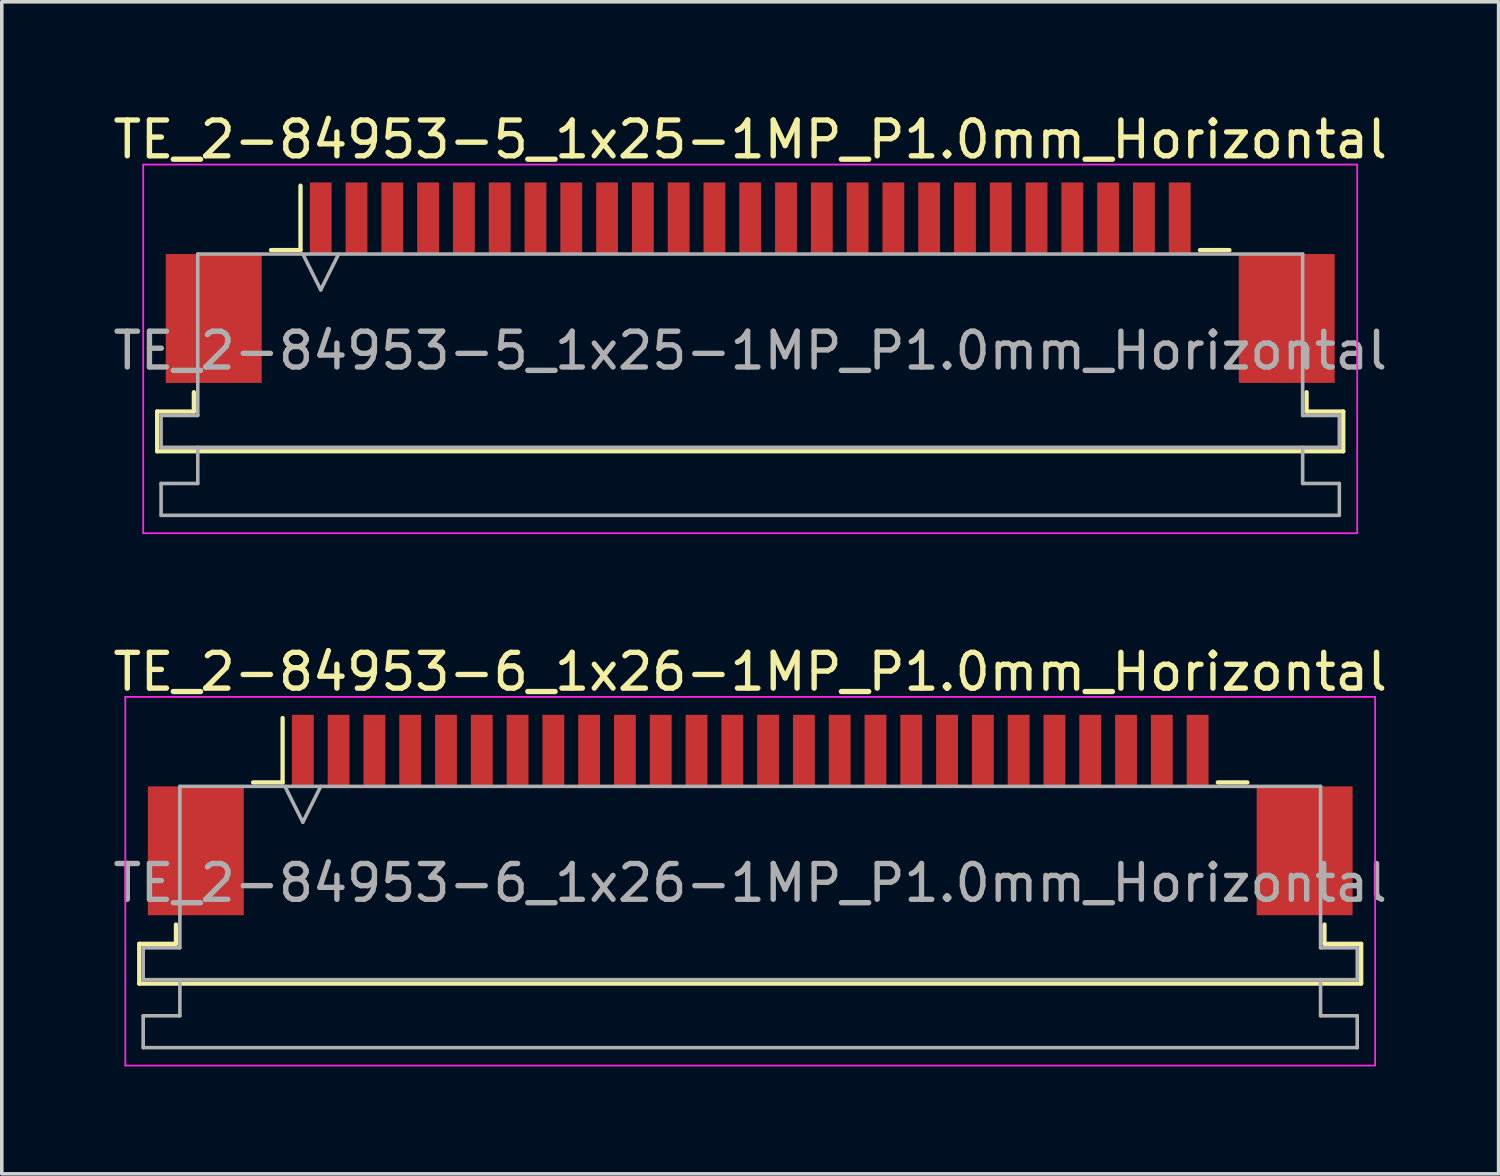
<source format=kicad_pcb>
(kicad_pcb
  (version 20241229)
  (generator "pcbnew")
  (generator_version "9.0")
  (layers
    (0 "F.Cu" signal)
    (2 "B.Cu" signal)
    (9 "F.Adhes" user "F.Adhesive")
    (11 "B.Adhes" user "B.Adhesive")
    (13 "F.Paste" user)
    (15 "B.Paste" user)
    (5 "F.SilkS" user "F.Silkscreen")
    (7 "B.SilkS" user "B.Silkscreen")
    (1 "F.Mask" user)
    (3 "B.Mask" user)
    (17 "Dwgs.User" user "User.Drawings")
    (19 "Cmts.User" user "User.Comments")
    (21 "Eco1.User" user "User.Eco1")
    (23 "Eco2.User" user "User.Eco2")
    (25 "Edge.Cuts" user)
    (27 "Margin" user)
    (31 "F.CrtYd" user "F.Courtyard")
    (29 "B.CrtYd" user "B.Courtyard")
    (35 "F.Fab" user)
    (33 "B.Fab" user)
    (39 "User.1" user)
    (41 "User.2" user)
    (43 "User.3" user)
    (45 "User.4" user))
  (footprint "TE_2-84953-5_1x25-1MP_P1.0mm_Horizontal"
    (layer "F.Cu")
    (at 17.911 4.848)
    (property "Reference" "TE_2-84953-5_1x25-1MP_P1.0mm_Horizontal" (at 0 -4 0) (layer "F.SilkS") (effects (font (size 1 1) (thickness 0.15))))
    (attr smd)
    (fp_line (start -16.57 3.6) (end -15.545 3.6) (stroke (width 0.12) (type solid)) (layer "F.SilkS"))
    (fp_line (start -16.57 4.71) (end -16.57 3.6) (stroke (width 0.12) (type solid)) (layer "F.SilkS"))
    (fp_line (start -15.545 3.6) (end -15.545 3.06) (stroke (width 0.12) (type solid)) (layer "F.SilkS"))
    (fp_line (start -13.39 -0.91) (end -12.565 -0.91) (stroke (width 0.12) (type solid)) (layer "F.SilkS"))
    (fp_line (start -12.565 -0.91) (end -12.565 -2.71) (stroke (width 0.12) (type solid)) (layer "F.SilkS"))
    (fp_line (start 12.565 -0.91) (end 13.39 -0.91) (stroke (width 0.12) (type solid)) (layer "F.SilkS"))
    (fp_line (start 15.545 3.06) (end 15.545 3.6) (stroke (width 0.12) (type solid)) (layer "F.SilkS"))
    (fp_line (start 15.545 3.6) (end 16.57 3.6) (stroke (width 0.12) (type solid)) (layer "F.SilkS"))
    (fp_line (start 16.57 3.6) (end 16.57 4.71) (stroke (width 0.12) (type solid)) (layer "F.SilkS"))
    (fp_line (start 16.57 4.71) (end -16.57 4.71) (stroke (width 0.12) (type solid)) (layer "F.SilkS"))
    (fp_line (start -16.96 -3.3) (end -16.96 7) (stroke (width 0.05) (type solid)) (layer "F.CrtYd"))
    (fp_line (start -16.96 7) (end 16.96 7) (stroke (width 0.05) (type solid)) (layer "F.CrtYd"))
    (fp_line (start 16.96 -3.3) (end -16.96 -3.3) (stroke (width 0.05) (type solid)) (layer "F.CrtYd"))
    (fp_line (start 16.96 7) (end 16.96 -3.3) (stroke (width 0.05) (type solid)) (layer "F.CrtYd"))
    (fp_line (start -16.46 3.71) (end -15.435 3.71) (stroke (width 0.1) (type solid)) (layer "F.Fab"))
    (fp_line (start -16.46 4.6) (end -16.46 3.71) (stroke (width 0.1) (type solid)) (layer "F.Fab"))
    (fp_line (start -16.46 5.61) (end -15.435 5.61) (stroke (width 0.1) (type solid)) (layer "F.Fab"))
    (fp_line (start -16.46 6.5) (end -16.46 5.61) (stroke (width 0.1) (type solid)) (layer "F.Fab"))
    (fp_line (start -15.435 -0.8) (end 15.435 -0.8) (stroke (width 0.1) (type solid)) (layer "F.Fab"))
    (fp_line (start -15.435 3.71) (end -15.435 -0.8) (stroke (width 0.1) (type solid)) (layer "F.Fab"))
    (fp_line (start -15.435 5.61) (end -15.435 4.6) (stroke (width 0.1) (type solid)) (layer "F.Fab"))
    (fp_line (start -12.5 -0.8) (end -12 0.2) (stroke (width 0.1) (type solid)) (layer "F.Fab"))
    (fp_line (start -12 0.2) (end -11.5 -0.8) (stroke (width 0.1) (type solid)) (layer "F.Fab"))
    (fp_line (start 15.435 -0.8) (end 15.435 3.71) (stroke (width 0.1) (type solid)) (layer "F.Fab"))
    (fp_line (start 15.435 3.71) (end 16.46 3.71) (stroke (width 0.1) (type solid)) (layer "F.Fab"))
    (fp_line (start 15.435 4.6) (end 15.435 5.61) (stroke (width 0.1) (type solid)) (layer "F.Fab"))
    (fp_line (start 15.435 5.61) (end 16.46 5.61) (stroke (width 0.1) (type solid)) (layer "F.Fab"))
    (fp_line (start 16.46 3.71) (end 16.46 4.6) (stroke (width 0.1) (type solid)) (layer "F.Fab"))
    (fp_line (start 16.46 4.6) (end -16.46 4.6) (stroke (width 0.1) (type solid)) (layer "F.Fab"))
    (fp_line (start 16.46 5.61) (end 16.46 6.5) (stroke (width 0.1) (type solid)) (layer "F.Fab"))
    (fp_line (start 16.46 6.5) (end -16.46 6.5) (stroke (width 0.1) (type solid)) (layer "F.Fab"))
    (fp_text user "${REFERENCE}" (at 0 1.9 0) (layer "F.Fab") (effects (font (size 1 1) (thickness 0.15))))
    (pad "1" smd rect (at -12 -1.8) (size 0.61 2) (layers "F.Cu" "F.Mask" "F.Paste"))
    (pad "2" smd rect (at -11 -1.8) (size 0.61 2) (layers "F.Cu" "F.Mask" "F.Paste"))
    (pad "3" smd rect (at -10 -1.8) (size 0.61 2) (layers "F.Cu" "F.Mask" "F.Paste"))
    (pad "4" smd rect (at -9 -1.8) (size 0.61 2) (layers "F.Cu" "F.Mask" "F.Paste"))
    (pad "5" smd rect (at -8 -1.8) (size 0.61 2) (layers "F.Cu" "F.Mask" "F.Paste"))
    (pad "6" smd rect (at -7 -1.8) (size 0.61 2) (layers "F.Cu" "F.Mask" "F.Paste"))
    (pad "7" smd rect (at -6 -1.8) (size 0.61 2) (layers "F.Cu" "F.Mask" "F.Paste"))
    (pad "8" smd rect (at -5 -1.8) (size 0.61 2) (layers "F.Cu" "F.Mask" "F.Paste"))
    (pad "9" smd rect (at -4 -1.8) (size 0.61 2) (layers "F.Cu" "F.Mask" "F.Paste"))
    (pad "10" smd rect (at -3 -1.8) (size 0.61 2) (layers "F.Cu" "F.Mask" "F.Paste"))
    (pad "11" smd rect (at -2 -1.8) (size 0.61 2) (layers "F.Cu" "F.Mask" "F.Paste"))
    (pad "12" smd rect (at -1 -1.8) (size 0.61 2) (layers "F.Cu" "F.Mask" "F.Paste"))
    (pad "13" smd rect (at 0 -1.8) (size 0.61 2) (layers "F.Cu" "F.Mask" "F.Paste"))
    (pad "14" smd rect (at 1 -1.8) (size 0.61 2) (layers "F.Cu" "F.Mask" "F.Paste"))
    (pad "15" smd rect (at 2 -1.8) (size 0.61 2) (layers "F.Cu" "F.Mask" "F.Paste"))
    (pad "16" smd rect (at 3 -1.8) (size 0.61 2) (layers "F.Cu" "F.Mask" "F.Paste"))
    (pad "17" smd rect (at 4 -1.8) (size 0.61 2) (layers "F.Cu" "F.Mask" "F.Paste"))
    (pad "18" smd rect (at 5 -1.8) (size 0.61 2) (layers "F.Cu" "F.Mask" "F.Paste"))
    (pad "19" smd rect (at 6 -1.8) (size 0.61 2) (layers "F.Cu" "F.Mask" "F.Paste"))
    (pad "20" smd rect (at 7 -1.8) (size 0.61 2) (layers "F.Cu" "F.Mask" "F.Paste"))
    (pad "21" smd rect (at 8 -1.8) (size 0.61 2) (layers "F.Cu" "F.Mask" "F.Paste"))
    (pad "22" smd rect (at 9 -1.8) (size 0.61 2) (layers "F.Cu" "F.Mask" "F.Paste"))
    (pad "23" smd rect (at 10 -1.8) (size 0.61 2) (layers "F.Cu" "F.Mask" "F.Paste"))
    (pad "24" smd rect (at 11 -1.8) (size 0.61 2) (layers "F.Cu" "F.Mask" "F.Paste"))
    (pad "25" smd rect (at 12 -1.8) (size 0.61 2) (layers "F.Cu" "F.Mask" "F.Paste"))
    (pad "MP" smd rect (at -14.99 1) (size 2.68 3.6) (layers "F.Cu" "F.Mask" "F.Paste"))
    (pad "MP" smd rect (at 14.99 1) (size 2.68 3.6) (layers "F.Cu" "F.Mask" "F.Paste")))
  (footprint "TE_2-84953-6_1x26-1MP_P1.0mm_Horizontal"
    (layer "F.Cu")
    (at 17.911 19.721)
    (property "Reference" "TE_2-84953-6_1x26-1MP_P1.0mm_Horizontal" (at 0 -4 0) (layer "F.SilkS") (effects (font (size 1 1) (thickness 0.15))))
    (attr smd)
    (fp_line (start -17.07 3.6) (end -16.045 3.6) (stroke (width 0.12) (type solid)) (layer "F.SilkS"))
    (fp_line (start -17.07 4.71) (end -17.07 3.6) (stroke (width 0.12) (type solid)) (layer "F.SilkS"))
    (fp_line (start -16.045 3.6) (end -16.045 3.06) (stroke (width 0.12) (type solid)) (layer "F.SilkS"))
    (fp_line (start -13.89 -0.91) (end -13.065 -0.91) (stroke (width 0.12) (type solid)) (layer "F.SilkS"))
    (fp_line (start -13.065 -0.91) (end -13.065 -2.71) (stroke (width 0.12) (type solid)) (layer "F.SilkS"))
    (fp_line (start 13.065 -0.91) (end 13.89 -0.91) (stroke (width 0.12) (type solid)) (layer "F.SilkS"))
    (fp_line (start 16.045 3.06) (end 16.045 3.6) (stroke (width 0.12) (type solid)) (layer "F.SilkS"))
    (fp_line (start 16.045 3.6) (end 17.07 3.6) (stroke (width 0.12) (type solid)) (layer "F.SilkS"))
    (fp_line (start 17.07 3.6) (end 17.07 4.71) (stroke (width 0.12) (type solid)) (layer "F.SilkS"))
    (fp_line (start 17.07 4.71) (end -17.07 4.71) (stroke (width 0.12) (type solid)) (layer "F.SilkS"))
    (fp_line (start -17.46 -3.3) (end -17.46 7) (stroke (width 0.05) (type solid)) (layer "F.CrtYd"))
    (fp_line (start -17.46 7) (end 17.46 7) (stroke (width 0.05) (type solid)) (layer "F.CrtYd"))
    (fp_line (start 17.46 -3.3) (end -17.46 -3.3) (stroke (width 0.05) (type solid)) (layer "F.CrtYd"))
    (fp_line (start 17.46 7) (end 17.46 -3.3) (stroke (width 0.05) (type solid)) (layer "F.CrtYd"))
    (fp_line (start -16.96 3.71) (end -15.935 3.71) (stroke (width 0.1) (type solid)) (layer "F.Fab"))
    (fp_line (start -16.96 4.6) (end -16.96 3.71) (stroke (width 0.1) (type solid)) (layer "F.Fab"))
    (fp_line (start -16.96 5.61) (end -15.935 5.61) (stroke (width 0.1) (type solid)) (layer "F.Fab"))
    (fp_line (start -16.96 6.5) (end -16.96 5.61) (stroke (width 0.1) (type solid)) (layer "F.Fab"))
    (fp_line (start -15.935 -0.8) (end 15.935 -0.8) (stroke (width 0.1) (type solid)) (layer "F.Fab"))
    (fp_line (start -15.935 3.71) (end -15.935 -0.8) (stroke (width 0.1) (type solid)) (layer "F.Fab"))
    (fp_line (start -15.935 5.61) (end -15.935 4.6) (stroke (width 0.1) (type solid)) (layer "F.Fab"))
    (fp_line (start -13 -0.8) (end -12.5 0.2) (stroke (width 0.1) (type solid)) (layer "F.Fab"))
    (fp_line (start -12.5 0.2) (end -12 -0.8) (stroke (width 0.1) (type solid)) (layer "F.Fab"))
    (fp_line (start 15.935 -0.8) (end 15.935 3.71) (stroke (width 0.1) (type solid)) (layer "F.Fab"))
    (fp_line (start 15.935 3.71) (end 16.96 3.71) (stroke (width 0.1) (type solid)) (layer "F.Fab"))
    (fp_line (start 15.935 4.6) (end 15.935 5.61) (stroke (width 0.1) (type solid)) (layer "F.Fab"))
    (fp_line (start 15.935 5.61) (end 16.96 5.61) (stroke (width 0.1) (type solid)) (layer "F.Fab"))
    (fp_line (start 16.96 3.71) (end 16.96 4.6) (stroke (width 0.1) (type solid)) (layer "F.Fab"))
    (fp_line (start 16.96 4.6) (end -16.96 4.6) (stroke (width 0.1) (type solid)) (layer "F.Fab"))
    (fp_line (start 16.96 5.61) (end 16.96 6.5) (stroke (width 0.1) (type solid)) (layer "F.Fab"))
    (fp_line (start 16.96 6.5) (end -16.96 6.5) (stroke (width 0.1) (type solid)) (layer "F.Fab"))
    (fp_text user "${REFERENCE}" (at 0 1.9 0) (layer "F.Fab") (effects (font (size 1 1) (thickness 0.15))))
    (pad "1" smd rect (at -12.5 -1.8) (size 0.61 2) (layers "F.Cu" "F.Mask" "F.Paste"))
    (pad "2" smd rect (at -11.5 -1.8) (size 0.61 2) (layers "F.Cu" "F.Mask" "F.Paste"))
    (pad "3" smd rect (at -10.5 -1.8) (size 0.61 2) (layers "F.Cu" "F.Mask" "F.Paste"))
    (pad "4" smd rect (at -9.5 -1.8) (size 0.61 2) (layers "F.Cu" "F.Mask" "F.Paste"))
    (pad "5" smd rect (at -8.5 -1.8) (size 0.61 2) (layers "F.Cu" "F.Mask" "F.Paste"))
    (pad "6" smd rect (at -7.5 -1.8) (size 0.61 2) (layers "F.Cu" "F.Mask" "F.Paste"))
    (pad "7" smd rect (at -6.5 -1.8) (size 0.61 2) (layers "F.Cu" "F.Mask" "F.Paste"))
    (pad "8" smd rect (at -5.5 -1.8) (size 0.61 2) (layers "F.Cu" "F.Mask" "F.Paste"))
    (pad "9" smd rect (at -4.5 -1.8) (size 0.61 2) (layers "F.Cu" "F.Mask" "F.Paste"))
    (pad "10" smd rect (at -3.5 -1.8) (size 0.61 2) (layers "F.Cu" "F.Mask" "F.Paste"))
    (pad "11" smd rect (at -2.5 -1.8) (size 0.61 2) (layers "F.Cu" "F.Mask" "F.Paste"))
    (pad "12" smd rect (at -1.5 -1.8) (size 0.61 2) (layers "F.Cu" "F.Mask" "F.Paste"))
    (pad "13" smd rect (at -0.5 -1.8) (size 0.61 2) (layers "F.Cu" "F.Mask" "F.Paste"))
    (pad "14" smd rect (at 0.5 -1.8) (size 0.61 2) (layers "F.Cu" "F.Mask" "F.Paste"))
    (pad "15" smd rect (at 1.5 -1.8) (size 0.61 2) (layers "F.Cu" "F.Mask" "F.Paste"))
    (pad "16" smd rect (at 2.5 -1.8) (size 0.61 2) (layers "F.Cu" "F.Mask" "F.Paste"))
    (pad "17" smd rect (at 3.5 -1.8) (size 0.61 2) (layers "F.Cu" "F.Mask" "F.Paste"))
    (pad "18" smd rect (at 4.5 -1.8) (size 0.61 2) (layers "F.Cu" "F.Mask" "F.Paste"))
    (pad "19" smd rect (at 5.5 -1.8) (size 0.61 2) (layers "F.Cu" "F.Mask" "F.Paste"))
    (pad "20" smd rect (at 6.5 -1.8) (size 0.61 2) (layers "F.Cu" "F.Mask" "F.Paste"))
    (pad "21" smd rect (at 7.5 -1.8) (size 0.61 2) (layers "F.Cu" "F.Mask" "F.Paste"))
    (pad "22" smd rect (at 8.5 -1.8) (size 0.61 2) (layers "F.Cu" "F.Mask" "F.Paste"))
    (pad "23" smd rect (at 9.5 -1.8) (size 0.61 2) (layers "F.Cu" "F.Mask" "F.Paste"))
    (pad "24" smd rect (at 10.5 -1.8) (size 0.61 2) (layers "F.Cu" "F.Mask" "F.Paste"))
    (pad "25" smd rect (at 11.5 -1.8) (size 0.61 2) (layers "F.Cu" "F.Mask" "F.Paste"))
    (pad "26" smd rect (at 12.5 -1.8) (size 0.61 2) (layers "F.Cu" "F.Mask" "F.Paste"))
    (pad "MP" smd rect (at -15.49 1) (size 2.68 3.6) (layers "F.Cu" "F.Mask" "F.Paste"))
    (pad "MP" smd rect (at 15.49 1) (size 2.68 3.6) (layers "F.Cu" "F.Mask" "F.Paste")))
  (gr_rect
    (start -3 -3)
    (end 38.821 29.747)
    (stroke (width 0.1) (type default))
    (fill no)
    (layer "Edge.Cuts")))
</source>
